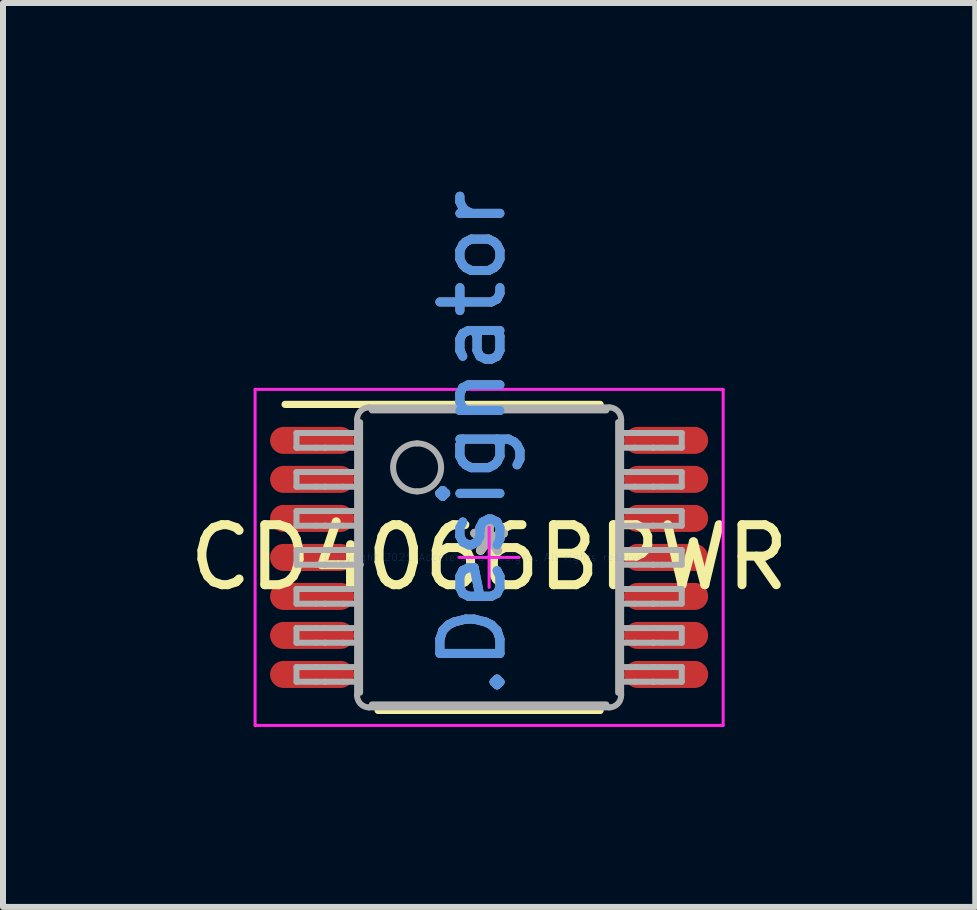
<source format=kicad_pcb>
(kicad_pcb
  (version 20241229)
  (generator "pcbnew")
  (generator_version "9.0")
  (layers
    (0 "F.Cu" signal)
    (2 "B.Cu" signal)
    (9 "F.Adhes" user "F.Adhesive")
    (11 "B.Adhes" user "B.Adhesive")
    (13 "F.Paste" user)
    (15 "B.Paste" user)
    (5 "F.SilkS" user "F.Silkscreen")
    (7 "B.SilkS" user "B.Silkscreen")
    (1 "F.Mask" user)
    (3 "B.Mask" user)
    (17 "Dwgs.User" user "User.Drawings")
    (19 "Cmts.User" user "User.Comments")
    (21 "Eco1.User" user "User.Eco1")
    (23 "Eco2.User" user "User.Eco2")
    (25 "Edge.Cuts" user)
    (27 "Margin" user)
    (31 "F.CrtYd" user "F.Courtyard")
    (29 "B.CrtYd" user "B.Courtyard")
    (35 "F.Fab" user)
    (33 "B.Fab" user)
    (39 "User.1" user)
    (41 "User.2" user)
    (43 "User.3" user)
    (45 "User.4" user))
  (footprint "CD4066BPWR"
    (layer "F.Cu")
    (at 5.101 6.239)
    (property "Reference" "CD4066BPWR" (at 0 0 0) (layer "F.SilkS") (effects (font (size 1 1) (thickness 0.15))))
    (attr through_hole)
    (fp_line (start -3.4 -2.55) (end 1.85 -2.55) (stroke (width 0.12) (type solid)) (layer "F.SilkS"))
    (fp_line (start -1.85 2.55) (end 1.85 2.55) (stroke (width 0.12) (type solid)) (layer "F.SilkS"))
    (fp_line (start -3.9 -2.8) (end 3.9 -2.8) (stroke (width 0.05) (type solid)) (layer "F.CrtYd"))
    (fp_line (start -3.9 2.8) (end -3.9 -2.8) (stroke (width 0.05) (type solid)) (layer "F.CrtYd"))
    (fp_line (start -3.9 2.8) (end 3.9 2.8) (stroke (width 0.05) (type solid)) (layer "F.CrtYd"))
    (fp_line (start -0.5 0) (end 0.5 0) (stroke (width 0.05) (type solid)) (layer "F.CrtYd"))
    (fp_line (start -0.000003 0.5) (end -0.000003 -0.5) (stroke (width 0.05) (type solid)) (layer "F.CrtYd"))
    (fp_line (start 3.9 2.8) (end 3.9 -2.8) (stroke (width 0.05) (type solid)) (layer "F.CrtYd"))
    (fp_line (start -3.21 -2.073) (end -2.887 -2.073) (stroke (width 0.1) (type solid)) (layer "F.Fab"))
    (fp_line (start -3.21 -1.828) (end -3.21 -2.073) (stroke (width 0.1) (type solid)) (layer "F.Fab"))
    (fp_line (start -3.21 -1.828) (end -2.887 -1.828) (stroke (width 0.1) (type solid)) (layer "F.Fab"))
    (fp_line (start -3.21 -1.423) (end -2.887 -1.423) (stroke (width 0.1) (type solid)) (layer "F.Fab"))
    (fp_line (start -3.21 -1.178) (end -3.21 -1.423) (stroke (width 0.1) (type solid)) (layer "F.Fab"))
    (fp_line (start -3.21 -1.178) (end -2.887 -1.178) (stroke (width 0.1) (type solid)) (layer "F.Fab"))
    (fp_line (start -3.21 -0.773) (end -2.887 -0.773) (stroke (width 0.1) (type solid)) (layer "F.Fab"))
    (fp_line (start -3.21 -0.528) (end -3.21 -0.773) (stroke (width 0.1) (type solid)) (layer "F.Fab"))
    (fp_line (start -3.21 -0.528) (end -2.887 -0.528) (stroke (width 0.1) (type solid)) (layer "F.Fab"))
    (fp_line (start -3.21 -0.123) (end -2.887 -0.123) (stroke (width 0.1) (type solid)) (layer "F.Fab"))
    (fp_line (start -3.21 0.122) (end -3.21 -0.123) (stroke (width 0.1) (type solid)) (layer "F.Fab"))
    (fp_line (start -3.21 0.122) (end -2.887 0.122) (stroke (width 0.1) (type solid)) (layer "F.Fab"))
    (fp_line (start -3.21 0.527) (end -2.887 0.527) (stroke (width 0.1) (type solid)) (layer "F.Fab"))
    (fp_line (start -3.21 0.772) (end -3.21 0.527) (stroke (width 0.1) (type solid)) (layer "F.Fab"))
    (fp_line (start -3.21 0.772) (end -2.887 0.772) (stroke (width 0.1) (type solid)) (layer "F.Fab"))
    (fp_line (start -3.21 1.177) (end -2.887 1.177) (stroke (width 0.1) (type solid)) (layer "F.Fab"))
    (fp_line (start -3.21 1.422) (end -3.21 1.177) (stroke (width 0.1) (type solid)) (layer "F.Fab"))
    (fp_line (start -3.21 1.422) (end -2.887 1.422) (stroke (width 0.1) (type solid)) (layer "F.Fab"))
    (fp_line (start -3.21 1.827) (end -2.887 1.827) (stroke (width 0.1) (type solid)) (layer "F.Fab"))
    (fp_line (start -3.21 2.072) (end -3.21 1.827) (stroke (width 0.1) (type solid)) (layer "F.Fab"))
    (fp_line (start -3.21 2.072) (end -2.887 2.072) (stroke (width 0.1) (type solid)) (layer "F.Fab"))
    (fp_line (start -2.887 -2.073) (end -2.739 -2.073) (stroke (width 0.1) (type solid)) (layer "F.Fab"))
    (fp_line (start -2.887 -1.828) (end -2.739 -1.828) (stroke (width 0.1) (type solid)) (layer "F.Fab"))
    (fp_line (start -2.887 -1.423) (end -2.739 -1.423) (stroke (width 0.1) (type solid)) (layer "F.Fab"))
    (fp_line (start -2.887 -1.178) (end -2.739 -1.178) (stroke (width 0.1) (type solid)) (layer "F.Fab"))
    (fp_line (start -2.887 -0.773) (end -2.739 -0.773) (stroke (width 0.1) (type solid)) (layer "F.Fab"))
    (fp_line (start -2.887 -0.528) (end -2.739 -0.528) (stroke (width 0.1) (type solid)) (layer "F.Fab"))
    (fp_line (start -2.887 -0.123) (end -2.739 -0.123) (stroke (width 0.1) (type solid)) (layer "F.Fab"))
    (fp_line (start -2.887 0.122) (end -2.739 0.122) (stroke (width 0.1) (type solid)) (layer "F.Fab"))
    (fp_line (start -2.887 0.527) (end -2.739 0.527) (stroke (width 0.1) (type solid)) (layer "F.Fab"))
    (fp_line (start -2.887 0.772) (end -2.739 0.772) (stroke (width 0.1) (type solid)) (layer "F.Fab"))
    (fp_line (start -2.887 1.177) (end -2.739 1.177) (stroke (width 0.1) (type solid)) (layer "F.Fab"))
    (fp_line (start -2.887 1.422) (end -2.739 1.422) (stroke (width 0.1) (type solid)) (layer "F.Fab"))
    (fp_line (start -2.887 1.827) (end -2.739 1.827) (stroke (width 0.1) (type solid)) (layer "F.Fab"))
    (fp_line (start -2.887 2.072) (end -2.739 2.072) (stroke (width 0.1) (type solid)) (layer "F.Fab"))
    (fp_line (start -2.739 -2.073) (end -2.733 -2.073) (stroke (width 0.1) (type solid)) (layer "F.Fab"))
    (fp_line (start -2.739 -1.828) (end -2.733 -1.828) (stroke (width 0.1) (type solid)) (layer "F.Fab"))
    (fp_line (start -2.739 -1.423) (end -2.733 -1.423) (stroke (width 0.1) (type solid)) (layer "F.Fab"))
    (fp_line (start -2.739 -1.178) (end -2.733 -1.178) (stroke (width 0.1) (type solid)) (layer "F.Fab"))
    (fp_line (start -2.739 -0.773) (end -2.733 -0.773) (stroke (width 0.1) (type solid)) (layer "F.Fab"))
    (fp_line (start -2.739 -0.528) (end -2.733 -0.528) (stroke (width 0.1) (type solid)) (layer "F.Fab"))
    (fp_line (start -2.739 -0.123) (end -2.733 -0.123) (stroke (width 0.1) (type solid)) (layer "F.Fab"))
    (fp_line (start -2.739 0.122) (end -2.733 0.122) (stroke (width 0.1) (type solid)) (layer "F.Fab"))
    (fp_line (start -2.739 0.527) (end -2.733 0.527) (stroke (width 0.1) (type solid)) (layer "F.Fab"))
    (fp_line (start -2.739 0.772) (end -2.733 0.772) (stroke (width 0.1) (type solid)) (layer "F.Fab"))
    (fp_line (start -2.739 1.177) (end -2.733 1.177) (stroke (width 0.1) (type solid)) (layer "F.Fab"))
    (fp_line (start -2.739 1.422) (end -2.733 1.422) (stroke (width 0.1) (type solid)) (layer "F.Fab"))
    (fp_line (start -2.739 1.827) (end -2.733 1.827) (stroke (width 0.1) (type solid)) (layer "F.Fab"))
    (fp_line (start -2.739 2.072) (end -2.733 2.072) (stroke (width 0.1) (type solid)) (layer "F.Fab"))
    (fp_line (start -2.733 -2.073) (end -2.431 -2.073) (stroke (width 0.1) (type solid)) (layer "F.Fab"))
    (fp_line (start -2.733 -1.828) (end -2.431 -1.828) (stroke (width 0.1) (type solid)) (layer "F.Fab"))
    (fp_line (start -2.733 -1.423) (end -2.431 -1.423) (stroke (width 0.1) (type solid)) (layer "F.Fab"))
    (fp_line (start -2.733 -1.178) (end -2.431 -1.178) (stroke (width 0.1) (type solid)) (layer "F.Fab"))
    (fp_line (start -2.733 -0.773) (end -2.431 -0.773) (stroke (width 0.1) (type solid)) (layer "F.Fab"))
    (fp_line (start -2.733 -0.528) (end -2.431 -0.528) (stroke (width 0.1) (type solid)) (layer "F.Fab"))
    (fp_line (start -2.733 -0.123) (end -2.431 -0.123) (stroke (width 0.1) (type solid)) (layer "F.Fab"))
    (fp_line (start -2.733 0.122) (end -2.431 0.122) (stroke (width 0.1) (type solid)) (layer "F.Fab"))
    (fp_line (start -2.733 0.527) (end -2.431 0.527) (stroke (width 0.1) (type solid)) (layer "F.Fab"))
    (fp_line (start -2.733 0.772) (end -2.431 0.772) (stroke (width 0.1) (type solid)) (layer "F.Fab"))
    (fp_line (start -2.733 1.177) (end -2.431 1.177) (stroke (width 0.1) (type solid)) (layer "F.Fab"))
    (fp_line (start -2.733 1.422) (end -2.431 1.422) (stroke (width 0.1) (type solid)) (layer "F.Fab"))
    (fp_line (start -2.733 1.827) (end -2.431 1.827) (stroke (width 0.1) (type solid)) (layer "F.Fab"))
    (fp_line (start -2.733 2.072) (end -2.431 2.072) (stroke (width 0.1) (type solid)) (layer "F.Fab"))
    (fp_line (start -2.431 -2.073) (end -2.2 -2.073) (stroke (width 0.1) (type solid)) (layer "F.Fab"))
    (fp_line (start -2.431 -1.828) (end -2.2 -1.828) (stroke (width 0.1) (type solid)) (layer "F.Fab"))
    (fp_line (start -2.431 -1.423) (end -2.2 -1.423) (stroke (width 0.1) (type solid)) (layer "F.Fab"))
    (fp_line (start -2.431 -1.178) (end -2.2 -1.178) (stroke (width 0.1) (type solid)) (layer "F.Fab"))
    (fp_line (start -2.431 -0.773) (end -2.2 -0.773) (stroke (width 0.1) (type solid)) (layer "F.Fab"))
    (fp_line (start -2.431 -0.528) (end -2.2 -0.528) (stroke (width 0.1) (type solid)) (layer "F.Fab"))
    (fp_line (start -2.431 -0.123) (end -2.2 -0.123) (stroke (width 0.1) (type solid)) (layer "F.Fab"))
    (fp_line (start -2.431 0.122) (end -2.2 0.122) (stroke (width 0.1) (type solid)) (layer "F.Fab"))
    (fp_line (start -2.431 0.527) (end -2.2 0.527) (stroke (width 0.1) (type solid)) (layer "F.Fab"))
    (fp_line (start -2.431 0.772) (end -2.2 0.772) (stroke (width 0.1) (type solid)) (layer "F.Fab"))
    (fp_line (start -2.431 1.177) (end -2.2 1.177) (stroke (width 0.1) (type solid)) (layer "F.Fab"))
    (fp_line (start -2.431 1.422) (end -2.2 1.422) (stroke (width 0.1) (type solid)) (layer "F.Fab"))
    (fp_line (start -2.431 1.827) (end -2.2 1.827) (stroke (width 0.1) (type solid)) (layer "F.Fab"))
    (fp_line (start -2.431 2.072) (end -2.2 2.072) (stroke (width 0.1) (type solid)) (layer "F.Fab"))
    (fp_line (start -2.2 -1.828) (end -2.2 -2.073) (stroke (width 0.1) (type solid)) (layer "F.Fab"))
    (fp_line (start -2.2 -1.178) (end -2.2 -1.423) (stroke (width 0.1) (type solid)) (layer "F.Fab"))
    (fp_line (start -2.2 -0.528) (end -2.2 -0.773) (stroke (width 0.1) (type solid)) (layer "F.Fab"))
    (fp_line (start -2.2 0.122) (end -2.2 -0.123) (stroke (width 0.1) (type solid)) (layer "F.Fab"))
    (fp_line (start -2.2 0.772) (end -2.2 0.527) (stroke (width 0.1) (type solid)) (layer "F.Fab"))
    (fp_line (start -2.2 1.422) (end -2.2 1.177) (stroke (width 0.1) (type solid)) (layer "F.Fab"))
    (fp_line (start -2.2 2.072) (end -2.2 1.827) (stroke (width 0.1) (type solid)) (layer "F.Fab"))
    (fp_line (start -2.2 2.3) (end -2.2 -2.3) (stroke (width 0.1) (type solid)) (layer "F.Fab"))
    (fp_line (start -2.15 2.254) (end -2.15 -2.254) (stroke (width 0.1) (type solid)) (layer "F.Fab"))
    (fp_line (start -2 -2.5) (end 2 -2.5) (stroke (width 0.1) (type solid)) (layer "F.Fab"))
    (fp_line (start -2 2.5) (end 2 2.5) (stroke (width 0.1) (type solid)) (layer "F.Fab"))
    (fp_line (start -1.954 -2.45) (end 1.954 -2.45) (stroke (width 0.1) (type solid)) (layer "F.Fab"))
    (fp_line (start -1.954 2.45) (end 1.954 2.45) (stroke (width 0.1) (type solid)) (layer "F.Fab"))
    (fp_line (start 2.15 2.254) (end 2.15 -2.254) (stroke (width 0.1) (type solid)) (layer "F.Fab"))
    (fp_line (start 2.2 -2.073) (end 2.43 -2.073) (stroke (width 0.1) (type solid)) (layer "F.Fab"))
    (fp_line (start 2.2 -1.828) (end 2.2 -2.073) (stroke (width 0.1) (type solid)) (layer "F.Fab"))
    (fp_line (start 2.2 -1.828) (end 2.43 -1.828) (stroke (width 0.1) (type solid)) (layer "F.Fab"))
    (fp_line (start 2.2 -1.423) (end 2.43 -1.423) (stroke (width 0.1) (type solid)) (layer "F.Fab"))
    (fp_line (start 2.2 -1.178) (end 2.2 -1.423) (stroke (width 0.1) (type solid)) (layer "F.Fab"))
    (fp_line (start 2.2 -1.178) (end 2.43 -1.178) (stroke (width 0.1) (type solid)) (layer "F.Fab"))
    (fp_line (start 2.2 -0.773) (end 2.43 -0.773) (stroke (width 0.1) (type solid)) (layer "F.Fab"))
    (fp_line (start 2.2 -0.528) (end 2.2 -0.773) (stroke (width 0.1) (type solid)) (layer "F.Fab"))
    (fp_line (start 2.2 -0.528) (end 2.43 -0.528) (stroke (width 0.1) (type solid)) (layer "F.Fab"))
    (fp_line (start 2.2 -0.123) (end 2.43 -0.123) (stroke (width 0.1) (type solid)) (layer "F.Fab"))
    (fp_line (start 2.2 0.122) (end 2.2 -0.123) (stroke (width 0.1) (type solid)) (layer "F.Fab"))
    (fp_line (start 2.2 0.122) (end 2.43 0.122) (stroke (width 0.1) (type solid)) (layer "F.Fab"))
    (fp_line (start 2.2 0.527) (end 2.43 0.527) (stroke (width 0.1) (type solid)) (layer "F.Fab"))
    (fp_line (start 2.2 0.772) (end 2.2 0.527) (stroke (width 0.1) (type solid)) (layer "F.Fab"))
    (fp_line (start 2.2 0.772) (end 2.43 0.772) (stroke (width 0.1) (type solid)) (layer "F.Fab"))
    (fp_line (start 2.2 1.177) (end 2.43 1.177) (stroke (width 0.1) (type solid)) (layer "F.Fab"))
    (fp_line (start 2.2 1.422) (end 2.2 1.177) (stroke (width 0.1) (type solid)) (layer "F.Fab"))
    (fp_line (start 2.2 1.422) (end 2.43 1.422) (stroke (width 0.1) (type solid)) (layer "F.Fab"))
    (fp_line (start 2.2 1.827) (end 2.43 1.827) (stroke (width 0.1) (type solid)) (layer "F.Fab"))
    (fp_line (start 2.2 2.072) (end 2.2 1.827) (stroke (width 0.1) (type solid)) (layer "F.Fab"))
    (fp_line (start 2.2 2.072) (end 2.43 2.072) (stroke (width 0.1) (type solid)) (layer "F.Fab"))
    (fp_line (start 2.2 2.3) (end 2.2 -2.3) (stroke (width 0.1) (type solid)) (layer "F.Fab"))
    (fp_line (start 2.43 -2.073) (end 2.733 -2.073) (stroke (width 0.1) (type solid)) (layer "F.Fab"))
    (fp_line (start 2.43 -1.828) (end 2.733 -1.828) (stroke (width 0.1) (type solid)) (layer "F.Fab"))
    (fp_line (start 2.43 -1.423) (end 2.733 -1.423) (stroke (width 0.1) (type solid)) (layer "F.Fab"))
    (fp_line (start 2.43 -1.178) (end 2.733 -1.178) (stroke (width 0.1) (type solid)) (layer "F.Fab"))
    (fp_line (start 2.43 -0.773) (end 2.733 -0.773) (stroke (width 0.1) (type solid)) (layer "F.Fab"))
    (fp_line (start 2.43 -0.528) (end 2.733 -0.528) (stroke (width 0.1) (type solid)) (layer "F.Fab"))
    (fp_line (start 2.43 -0.123) (end 2.733 -0.123) (stroke (width 0.1) (type solid)) (layer "F.Fab"))
    (fp_line (start 2.43 0.122) (end 2.733 0.122) (stroke (width 0.1) (type solid)) (layer "F.Fab"))
    (fp_line (start 2.43 0.527) (end 2.733 0.527) (stroke (width 0.1) (type solid)) (layer "F.Fab"))
    (fp_line (start 2.43 0.772) (end 2.733 0.772) (stroke (width 0.1) (type solid)) (layer "F.Fab"))
    (fp_line (start 2.43 1.177) (end 2.733 1.177) (stroke (width 0.1) (type solid)) (layer "F.Fab"))
    (fp_line (start 2.43 1.422) (end 2.733 1.422) (stroke (width 0.1) (type solid)) (layer "F.Fab"))
    (fp_line (start 2.43 1.827) (end 2.733 1.827) (stroke (width 0.1) (type solid)) (layer "F.Fab"))
    (fp_line (start 2.43 2.072) (end 2.733 2.072) (stroke (width 0.1) (type solid)) (layer "F.Fab"))
    (fp_line (start 2.733 -2.073) (end 2.739 -2.073) (stroke (width 0.1) (type solid)) (layer "F.Fab"))
    (fp_line (start 2.733 -1.828) (end 2.739 -1.828) (stroke (width 0.1) (type solid)) (layer "F.Fab"))
    (fp_line (start 2.733 -1.423) (end 2.739 -1.423) (stroke (width 0.1) (type solid)) (layer "F.Fab"))
    (fp_line (start 2.733 -1.178) (end 2.739 -1.178) (stroke (width 0.1) (type solid)) (layer "F.Fab"))
    (fp_line (start 2.733 -0.773) (end 2.739 -0.773) (stroke (width 0.1) (type solid)) (layer "F.Fab"))
    (fp_line (start 2.733 -0.528) (end 2.739 -0.528) (stroke (width 0.1) (type solid)) (layer "F.Fab"))
    (fp_line (start 2.733 -0.123) (end 2.739 -0.123) (stroke (width 0.1) (type solid)) (layer "F.Fab"))
    (fp_line (start 2.733 0.122) (end 2.739 0.122) (stroke (width 0.1) (type solid)) (layer "F.Fab"))
    (fp_line (start 2.733 0.527) (end 2.739 0.527) (stroke (width 0.1) (type solid)) (layer "F.Fab"))
    (fp_line (start 2.733 0.772) (end 2.739 0.772) (stroke (width 0.1) (type solid)) (layer "F.Fab"))
    (fp_line (start 2.733 1.177) (end 2.739 1.177) (stroke (width 0.1) (type solid)) (layer "F.Fab"))
    (fp_line (start 2.733 1.422) (end 2.739 1.422) (stroke (width 0.1) (type solid)) (layer "F.Fab"))
    (fp_line (start 2.733 1.827) (end 2.739 1.827) (stroke (width 0.1) (type solid)) (layer "F.Fab"))
    (fp_line (start 2.733 2.072) (end 2.739 2.072) (stroke (width 0.1) (type solid)) (layer "F.Fab"))
    (fp_line (start 2.739 -2.073) (end 2.887 -2.073) (stroke (width 0.1) (type solid)) (layer "F.Fab"))
    (fp_line (start 2.739 -1.828) (end 2.887 -1.828) (stroke (width 0.1) (type solid)) (layer "F.Fab"))
    (fp_line (start 2.739 -1.423) (end 2.887 -1.423) (stroke (width 0.1) (type solid)) (layer "F.Fab"))
    (fp_line (start 2.739 -1.178) (end 2.887 -1.178) (stroke (width 0.1) (type solid)) (layer "F.Fab"))
    (fp_line (start 2.739 -0.773) (end 2.887 -0.773) (stroke (width 0.1) (type solid)) (layer "F.Fab"))
    (fp_line (start 2.739 -0.528) (end 2.887 -0.528) (stroke (width 0.1) (type solid)) (layer "F.Fab"))
    (fp_line (start 2.739 -0.123) (end 2.887 -0.123) (stroke (width 0.1) (type solid)) (layer "F.Fab"))
    (fp_line (start 2.739 0.122) (end 2.887 0.122) (stroke (width 0.1) (type solid)) (layer "F.Fab"))
    (fp_line (start 2.739 0.527) (end 2.887 0.527) (stroke (width 0.1) (type solid)) (layer "F.Fab"))
    (fp_line (start 2.739 0.772) (end 2.887 0.772) (stroke (width 0.1) (type solid)) (layer "F.Fab"))
    (fp_line (start 2.739 1.177) (end 2.887 1.177) (stroke (width 0.1) (type solid)) (layer "F.Fab"))
    (fp_line (start 2.739 1.422) (end 2.887 1.422) (stroke (width 0.1) (type solid)) (layer "F.Fab"))
    (fp_line (start 2.739 1.827) (end 2.887 1.827) (stroke (width 0.1) (type solid)) (layer "F.Fab"))
    (fp_line (start 2.739 2.072) (end 2.887 2.072) (stroke (width 0.1) (type solid)) (layer "F.Fab"))
    (fp_line (start 2.887 -2.073) (end 3.21 -2.073) (stroke (width 0.1) (type solid)) (layer "F.Fab"))
    (fp_line (start 2.887 -1.828) (end 3.21 -1.828) (stroke (width 0.1) (type solid)) (layer "F.Fab"))
    (fp_line (start 2.887 -1.423) (end 3.21 -1.423) (stroke (width 0.1) (type solid)) (layer "F.Fab"))
    (fp_line (start 2.887 -1.178) (end 3.21 -1.178) (stroke (width 0.1) (type solid)) (layer "F.Fab"))
    (fp_line (start 2.887 -0.773) (end 3.21 -0.773) (stroke (width 0.1) (type solid)) (layer "F.Fab"))
    (fp_line (start 2.887 -0.528) (end 3.21 -0.528) (stroke (width 0.1) (type solid)) (layer "F.Fab"))
    (fp_line (start 2.887 -0.123) (end 3.21 -0.123) (stroke (width 0.1) (type solid)) (layer "F.Fab"))
    (fp_line (start 2.887 0.122) (end 3.21 0.122) (stroke (width 0.1) (type solid)) (layer "F.Fab"))
    (fp_line (start 2.887 0.527) (end 3.21 0.527) (stroke (width 0.1) (type solid)) (layer "F.Fab"))
    (fp_line (start 2.887 0.772) (end 3.21 0.772) (stroke (width 0.1) (type solid)) (layer "F.Fab"))
    (fp_line (start 2.887 1.177) (end 3.21 1.177) (stroke (width 0.1) (type solid)) (layer "F.Fab"))
    (fp_line (start 2.887 1.422) (end 3.21 1.422) (stroke (width 0.1) (type solid)) (layer "F.Fab"))
    (fp_line (start 2.887 1.827) (end 3.21 1.827) (stroke (width 0.1) (type solid)) (layer "F.Fab"))
    (fp_line (start 2.887 2.072) (end 3.21 2.072) (stroke (width 0.1) (type solid)) (layer "F.Fab"))
    (fp_line (start 3.21 -1.828) (end 3.21 -2.073) (stroke (width 0.1) (type solid)) (layer "F.Fab"))
    (fp_line (start 3.21 -1.178) (end 3.21 -1.423) (stroke (width 0.1) (type solid)) (layer "F.Fab"))
    (fp_line (start 3.21 -0.528) (end 3.21 -0.773) (stroke (width 0.1) (type solid)) (layer "F.Fab"))
    (fp_line (start 3.21 0.122) (end 3.21 -0.123) (stroke (width 0.1) (type solid)) (layer "F.Fab"))
    (fp_line (start 3.21 0.772) (end 3.21 0.527) (stroke (width 0.1) (type solid)) (layer "F.Fab"))
    (fp_line (start 3.21 1.422) (end 3.21 1.177) (stroke (width 0.1) (type solid)) (layer "F.Fab"))
    (fp_line (start 3.21 2.072) (end 3.21 1.827) (stroke (width 0.1) (type solid)) (layer "F.Fab"))
    (fp_arc (start -2.200001 -2.3) (mid -2.141422 -2.441421) (end -2.000001 -2.5) (stroke (width 0.1) (type solid)) (layer "F.Fab"))
    (fp_arc (start -2.000001 2.49999) (mid -2.141422 2.441411) (end -2.200001 2.29999) (stroke (width 0.1) (type solid)) (layer "F.Fab"))
    (fp_arc (start -1.200003 -1.900001) (mid -0.800004 -1.500002) (end -1.200003 -1.100003) (stroke (width 0.1) (type solid)) (layer "F.Fab"))
    (fp_arc (start -1.200003 -1.100003) (mid -1.600002 -1.500002) (end -1.200003 -1.900001) (stroke (width 0.1) (type solid)) (layer "F.Fab"))
    (fp_arc (start 1.999991 -2.499999) (mid 2.141412 -2.441421) (end 2.19999 -2.3) (stroke (width 0.1) (type solid)) (layer "F.Fab"))
    (fp_arc (start 2.199991 2.29999) (mid 2.141412 2.441411) (end 1.999991 2.49999) (stroke (width 0.1) (type solid)) (layer "F.Fab"))
    (fp_text user "*" (at 0 0 0) (layer "F.SilkS") (effects (font (size 1 1) (thickness 0.15))))
    (fp_text user ".Designator" (at -0.275 -1.9 270) (layer "Cmts.User") (effects (font (size 1 1) (thickness 0.15))))
    (fp_text user "Copyright 2021 Accelerated Designs. All rights reserved." (at 0 0 0) (layer "Cmts.User") (effects (font (size 0.127 0.127) (thickness 0.002))))
    (fp_text user "*" (at 0 0 0) (layer "F.Fab") (effects (font (size 1 1) (thickness 0.15))))
    (fp_text user ".Designator" (at -0.275 -1.9 270) (layer "F.Fab") (effects (font (size 1 1) (thickness 0.15))))
    (pad "1" smd oval (at -2.95 -1.95 90) (size 0.45 1.4) (layers "F.Cu" "F.Mask" "F.Paste"))
    (pad "2" smd oval (at -2.95 -1.3 90) (size 0.45 1.4) (layers "F.Cu" "F.Mask" "F.Paste"))
    (pad "3" smd oval (at -2.95 -0.65 90) (size 0.45 1.4) (layers "F.Cu" "F.Mask" "F.Paste"))
    (pad "4" smd oval (at -2.95 0 90) (size 0.45 1.4) (layers "F.Cu" "F.Mask" "F.Paste"))
    (pad "5" smd oval (at -2.95 0.65 90) (size 0.45 1.4) (layers "F.Cu" "F.Mask" "F.Paste"))
    (pad "6" smd oval (at -2.95 1.3 90) (size 0.45 1.4) (layers "F.Cu" "F.Mask" "F.Paste"))
    (pad "7" smd oval (at -2.95 1.95 90) (size 0.45 1.4) (layers "F.Cu" "F.Mask" "F.Paste"))
    (pad "8" smd oval (at 2.95 1.95 90) (size 0.45 1.4) (layers "F.Cu" "F.Mask" "F.Paste"))
    (pad "9" smd oval (at 2.95 1.3 90) (size 0.45 1.4) (layers "F.Cu" "F.Mask" "F.Paste"))
    (pad "10" smd oval (at 2.95 0.65 90) (size 0.45 1.4) (layers "F.Cu" "F.Mask" "F.Paste"))
    (pad "11" smd oval (at 2.95 0 90) (size 0.45 1.4) (layers "F.Cu" "F.Mask" "F.Paste"))
    (pad "12" smd oval (at 2.95 -0.65 90) (size 0.45 1.4) (layers "F.Cu" "F.Mask" "F.Paste"))
    (pad "13" smd oval (at 2.95 -1.3 90) (size 0.45 1.4) (layers "F.Cu" "F.Mask" "F.Paste"))
    (pad "14" smd oval (at 2.95 -1.95 90) (size 0.45 1.4) (layers "F.Cu" "F.Mask" "F.Paste")))
  (gr_rect
    (start -3 -3)
    (end 13.202 12.064)
    (stroke (width 0.1) (type default))
    (fill no)
    (layer "Edge.Cuts")))
</source>
